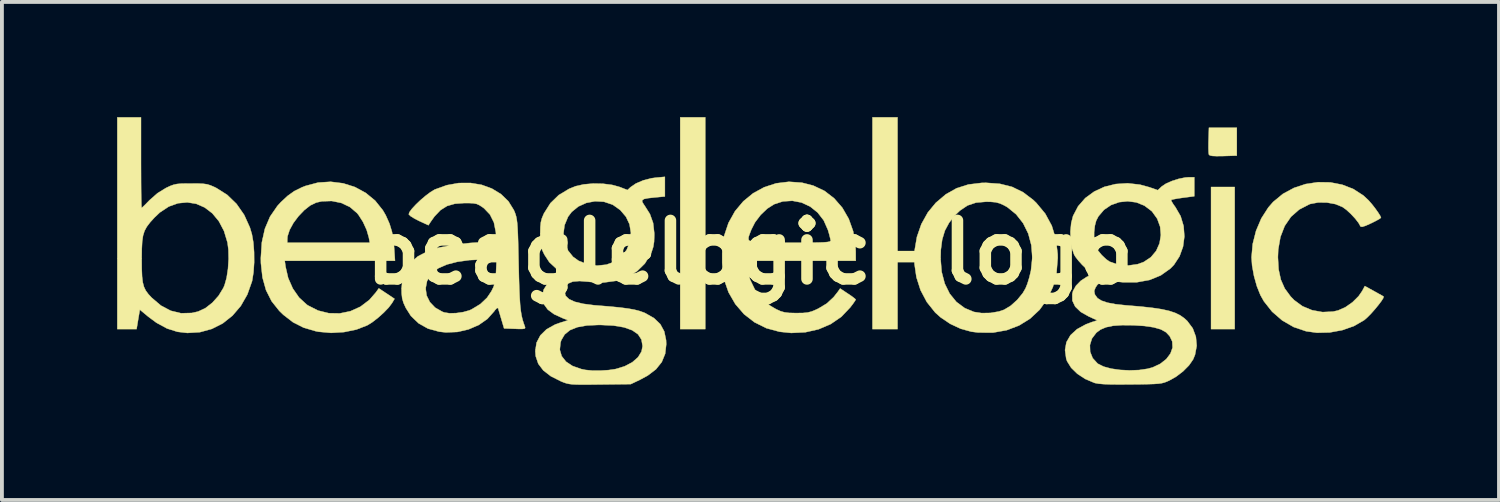
<source format=kicad_pcb>
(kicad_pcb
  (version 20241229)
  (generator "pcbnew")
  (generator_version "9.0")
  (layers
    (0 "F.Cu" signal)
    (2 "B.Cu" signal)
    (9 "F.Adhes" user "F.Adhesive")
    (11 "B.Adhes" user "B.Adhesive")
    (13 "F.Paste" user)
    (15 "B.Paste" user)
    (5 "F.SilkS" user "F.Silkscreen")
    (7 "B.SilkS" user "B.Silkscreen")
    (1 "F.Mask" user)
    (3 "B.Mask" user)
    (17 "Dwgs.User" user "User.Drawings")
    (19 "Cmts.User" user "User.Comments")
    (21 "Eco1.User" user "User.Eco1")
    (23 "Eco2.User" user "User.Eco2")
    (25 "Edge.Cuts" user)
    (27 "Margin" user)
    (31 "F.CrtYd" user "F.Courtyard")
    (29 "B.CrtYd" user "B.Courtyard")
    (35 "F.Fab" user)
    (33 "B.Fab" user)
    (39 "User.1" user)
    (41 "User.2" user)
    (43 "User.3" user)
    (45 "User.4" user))
  (footprint "beaglelogic-logo"
    (layer "F.Cu")
    (at 16.479 3.525)
    (property "Reference" "beaglelogic-logo" (at 0 0 0) (layer "F.SilkS") (effects (font (size 1.524 1.524) (thickness 0.3))))
    (attr through_hole)
    (fp_poly (pts (xy -1.161 1.996) (xy -1.814 1.996) (xy -1.814 -3.52) (xy -1.161 -3.52) (xy -1.161 1.996)) (stroke (width 0.01) (type solid)) (fill yes) (layer "F.SilkS"))
    (fp_poly (pts (xy 3.846 1.996) (xy 3.193 1.996) (xy 3.193 -3.52) (xy 3.846 -3.52) (xy 3.846 1.996)) (stroke (width 0.01) (type solid)) (fill yes) (layer "F.SilkS"))
    (fp_poly (pts (xy 12.627 1.996) (xy 12.011 1.996) (xy 12.011 -1.705) (xy 12.627 -1.705) (xy 12.627 1.996)) (stroke (width 0.01) (type solid)) (fill yes) (layer "F.SilkS"))
    (fp_poly (pts (xy 12.682 -2.522) (xy 12.327 -2.511) (xy 12.154 -2.509) (xy 12.042 -2.514) (xy 11.979 -2.528) (xy 11.954 -2.551) (xy 11.947 -2.608) (xy 11.943 -2.717) (xy 11.944 -2.86) (xy 11.946 -2.924) (xy 11.956 -3.248) (xy 12.682 -3.248) (xy 12.682 -2.522)) (stroke (width 0.01) (type solid)) (fill yes) (layer "F.SilkS"))
    (fp_poly (pts (xy 6.511 -1.788) (xy 6.829 -1.708) (xy 7.116 -1.568) (xy 7.382 -1.366) (xy 7.46 -1.291) (xy 7.693 -1.01) (xy 7.863 -0.696) (xy 7.97 -0.345) (xy 8.016 0.042) (xy 8.018 0.145) (xy 7.986 0.538) (xy 7.893 0.897) (xy 7.744 1.217) (xy 7.545 1.493) (xy 7.299 1.723) (xy 7.012 1.901) (xy 6.689 2.024) (xy 6.335 2.087) (xy 5.954 2.086) (xy 5.769 2.063) (xy 5.495 1.988) (xy 5.218 1.859) (xy 4.965 1.688) (xy 4.826 1.563) (xy 4.608 1.29) (xy 4.445 0.981) (xy 4.338 0.646) (xy 4.287 0.297) (xy 4.288 0.163) (xy 4.967 0.163) (xy 4.995 0.506) (xy 5.075 0.811) (xy 5.204 1.073) (xy 5.379 1.288) (xy 5.596 1.449) (xy 5.834 1.548) (xy 6.037 1.579) (xy 6.266 1.575) (xy 6.488 1.537) (xy 6.621 1.492) (xy 6.794 1.387) (xy 6.963 1.235) (xy 7.108 1.058) (xy 7.18 0.934) (xy 7.228 0.814) (xy 7.277 0.654) (xy 7.317 0.486) (xy 7.321 0.468) (xy 7.356 0.134) (xy 7.331 -0.189) (xy 7.251 -0.49) (xy 7.117 -0.761) (xy 6.935 -0.993) (xy 6.709 -1.177) (xy 6.622 -1.227) (xy 6.51 -1.278) (xy 6.403 -1.307) (xy 6.27 -1.319) (xy 6.15 -1.321) (xy 5.889 -1.298) (xy 5.668 -1.224) (xy 5.47 -1.09) (xy 5.344 -0.968) (xy 5.189 -0.774) (xy 5.079 -0.569) (xy 5.009 -0.338) (xy 4.973 -0.066) (xy 4.967 0.163) (xy 4.288 0.163) (xy 4.291 -0.057) (xy 4.351 -0.406) (xy 4.466 -0.738) (xy 4.636 -1.043) (xy 4.842 -1.293) (xy 5.103 -1.514) (xy 5.383 -1.672) (xy 5.691 -1.77) (xy 6.039 -1.812) (xy 6.15 -1.814) (xy 6.511 -1.788)) (stroke (width 0.01) (type solid)) (fill yes) (layer "F.SilkS"))
    (fp_poly (pts (xy -10.593 -1.801) (xy -10.286 -1.704) (xy -10.005 -1.552) (xy -9.759 -1.35) (xy -9.559 -1.1) (xy -9.482 -0.967) (xy -9.385 -0.749) (xy -9.32 -0.536) (xy -9.28 -0.298) (xy -9.264 -0.118) (xy -9.242 0.218) (xy -12.113 0.218) (xy -12.092 0.372) (xy -12.024 0.666) (xy -11.904 0.938) (xy -11.74 1.174) (xy -11.541 1.357) (xy -11.511 1.378) (xy -11.245 1.513) (xy -10.965 1.582) (xy -10.68 1.587) (xy -10.403 1.53) (xy -10.142 1.412) (xy -9.909 1.235) (xy -9.739 1.039) (xy -9.664 0.934) (xy -9.254 1.207) (xy -9.317 1.314) (xy -9.405 1.432) (xy -9.536 1.568) (xy -9.688 1.704) (xy -9.841 1.822) (xy -9.965 1.898) (xy -10.249 2.008) (xy -10.571 2.074) (xy -10.906 2.094) (xy -11.231 2.065) (xy -11.304 2.051) (xy -11.621 1.958) (xy -11.896 1.819) (xy -12.148 1.625) (xy -12.256 1.52) (xy -12.456 1.269) (xy -12.601 0.981) (xy -12.693 0.652) (xy -12.734 0.277) (xy -12.736 0.145) (xy -12.71 -0.254) (xy -12.047 -0.254) (xy -9.898 -0.254) (xy -9.923 -0.39) (xy -9.98 -0.587) (xy -10.075 -0.795) (xy -10.191 -0.977) (xy -10.229 -1.024) (xy -10.415 -1.183) (xy -10.64 -1.29) (xy -10.89 -1.341) (xy -11.15 -1.332) (xy -11.295 -1.299) (xy -11.448 -1.225) (xy -11.606 -1.101) (xy -11.757 -0.942) (xy -11.889 -0.766) (xy -11.987 -0.586) (xy -12.041 -0.42) (xy -12.047 -0.354) (xy -12.047 -0.254) (xy -12.71 -0.254) (xy -12.71 -0.26) (xy -12.63 -0.618) (xy -12.496 -0.933) (xy -12.305 -1.211) (xy -12.217 -1.307) (xy -12.037 -1.475) (xy -11.863 -1.599) (xy -11.666 -1.696) (xy -11.572 -1.733) (xy -11.246 -1.82) (xy -10.916 -1.841) (xy -10.593 -1.801)) (stroke (width 0.01) (type solid)) (fill yes) (layer "F.SilkS"))
    (fp_poly (pts (xy 15.116 -1.825) (xy 15.426 -1.765) (xy 15.717 -1.652) (xy 15.977 -1.484) (xy 16.115 -1.355) (xy 16.198 -1.26) (xy 16.284 -1.15) (xy 16.361 -1.042) (xy 16.416 -0.955) (xy 16.437 -0.906) (xy 16.407 -0.881) (xy 16.327 -0.835) (xy 16.212 -0.776) (xy 16.178 -0.76) (xy 16.036 -0.696) (xy 15.948 -0.668) (xy 15.907 -0.674) (xy 15.902 -0.681) (xy 15.852 -0.771) (xy 15.762 -0.886) (xy 15.65 -1.006) (xy 15.533 -1.113) (xy 15.436 -1.183) (xy 15.249 -1.26) (xy 15.027 -1.3) (xy 14.8 -1.302) (xy 14.597 -1.264) (xy 14.571 -1.255) (xy 14.307 -1.118) (xy 14.092 -0.929) (xy 13.929 -0.691) (xy 13.818 -0.405) (xy 13.76 -0.074) (xy 13.752 0.124) (xy 13.77 0.441) (xy 13.828 0.708) (xy 13.93 0.938) (xy 14.083 1.146) (xy 14.175 1.241) (xy 14.39 1.399) (xy 14.642 1.504) (xy 14.914 1.553) (xy 15.189 1.54) (xy 15.32 1.51) (xy 15.508 1.427) (xy 15.695 1.296) (xy 15.855 1.137) (xy 15.947 1.003) (xy 16.016 0.875) (xy 16.254 1.006) (xy 16.37 1.071) (xy 16.459 1.12) (xy 16.503 1.146) (xy 16.505 1.147) (xy 16.498 1.184) (xy 16.452 1.259) (xy 16.376 1.36) (xy 16.283 1.474) (xy 16.183 1.587) (xy 16.087 1.685) (xy 16.006 1.757) (xy 15.999 1.762) (xy 15.735 1.915) (xy 15.429 2.023) (xy 15.102 2.083) (xy 14.77 2.091) (xy 14.488 2.052) (xy 14.162 1.942) (xy 13.863 1.769) (xy 13.601 1.542) (xy 13.387 1.271) (xy 13.297 1.111) (xy 13.204 0.879) (xy 13.129 0.611) (xy 13.08 0.34) (xy 13.065 0.127) (xy 13.096 -0.222) (xy 13.183 -0.565) (xy 13.32 -0.887) (xy 13.502 -1.171) (xy 13.628 -1.316) (xy 13.881 -1.525) (xy 14.167 -1.68) (xy 14.475 -1.782) (xy 14.795 -1.83) (xy 15.116 -1.825)) (stroke (width 0.01) (type solid)) (fill yes) (layer "F.SilkS"))
    (fp_poly (pts (xy -15.857 -2.34) (xy -15.856 -2.056) (xy -15.855 -1.797) (xy -15.853 -1.57) (xy -15.85 -1.385) (xy -15.847 -1.251) (xy -15.843 -1.175) (xy -15.841 -1.161) (xy -15.81 -1.186) (xy -15.743 -1.25) (xy -15.654 -1.342) (xy -15.635 -1.361) (xy -15.428 -1.543) (xy -15.208 -1.679) (xy -15.1 -1.73) (xy -15.011 -1.763) (xy -14.92 -1.783) (xy -14.807 -1.793) (xy -14.652 -1.796) (xy -14.551 -1.796) (xy -14.367 -1.795) (xy -14.235 -1.789) (xy -14.135 -1.775) (xy -14.048 -1.748) (xy -13.952 -1.707) (xy -13.897 -1.68) (xy -13.613 -1.501) (xy -13.369 -1.265) (xy -13.17 -0.979) (xy -13.021 -0.65) (xy -12.968 -0.472) (xy -12.931 -0.261) (xy -12.912 -0.008) (xy -12.91 0.259) (xy -12.927 0.514) (xy -12.961 0.729) (xy -12.967 0.755) (xy -13.088 1.096) (xy -13.259 1.394) (xy -13.475 1.646) (xy -13.728 1.847) (xy -14.013 1.991) (xy -14.322 2.076) (xy -14.65 2.096) (xy -14.907 2.066) (xy -15.179 1.98) (xy -15.455 1.83) (xy -15.663 1.676) (xy -15.887 1.49) (xy -15.93 1.743) (xy -15.972 1.996) (xy -16.474 1.996) (xy -16.474 0.181) (xy -15.839 0.181) (xy -15.837 0.435) (xy -15.829 0.63) (xy -15.811 0.779) (xy -15.78 0.895) (xy -15.733 0.993) (xy -15.666 1.084) (xy -15.578 1.179) (xy -15.338 1.383) (xy -15.082 1.518) (xy -14.814 1.583) (xy -14.537 1.576) (xy -14.37 1.539) (xy -14.181 1.451) (xy -13.998 1.308) (xy -13.836 1.127) (xy -13.712 0.924) (xy -13.681 0.852) (xy -13.627 0.66) (xy -13.591 0.424) (xy -13.575 0.171) (xy -13.58 -0.07) (xy -13.603 -0.254) (xy -13.695 -0.559) (xy -13.83 -0.815) (xy -14 -1.02) (xy -14.199 -1.172) (xy -14.419 -1.268) (xy -14.652 -1.305) (xy -14.893 -1.282) (xy -15.133 -1.196) (xy -15.365 -1.043) (xy -15.504 -0.912) (xy -15.62 -0.784) (xy -15.705 -0.672) (xy -15.765 -0.562) (xy -15.804 -0.438) (xy -15.826 -0.287) (xy -15.836 -0.093) (xy -15.839 0.157) (xy -15.839 0.181) (xy -16.474 0.181) (xy -16.474 -3.52) (xy -15.857 -3.52) (xy -15.857 -2.34)) (stroke (width 0.01) (type solid)) (fill yes) (layer "F.SilkS"))
    (fp_poly (pts (xy 1.357 -1.817) (xy 1.65 -1.742) (xy 1.941 -1.605) (xy 2.195 -1.41) (xy 2.408 -1.165) (xy 2.575 -0.876) (xy 2.69 -0.553) (xy 2.75 -0.201) (xy 2.757 -0.027) (xy 2.758 0.218) (xy -0.083 0.218) (xy -0.062 0.419) (xy 0.002 0.697) (xy 0.128 0.96) (xy 0.307 1.195) (xy 0.53 1.387) (xy 0.689 1.48) (xy 0.8 1.53) (xy 0.902 1.559) (xy 1.021 1.574) (xy 1.183 1.578) (xy 1.216 1.578) (xy 1.383 1.576) (xy 1.504 1.564) (xy 1.607 1.538) (xy 1.72 1.491) (xy 1.785 1.46) (xy 2.003 1.329) (xy 2.181 1.164) (xy 2.295 1.019) (xy 2.351 0.938) (xy 2.554 1.073) (xy 2.657 1.143) (xy 2.73 1.199) (xy 2.758 1.226) (xy 2.737 1.263) (xy 2.684 1.339) (xy 2.613 1.432) (xy 2.382 1.675) (xy 2.105 1.865) (xy 1.79 2) (xy 1.445 2.078) (xy 1.078 2.096) (xy 0.774 2.065) (xy 0.43 1.972) (xy 0.12 1.818) (xy -0.152 1.607) (xy -0.378 1.345) (xy -0.555 1.038) (xy -0.67 0.709) (xy -0.704 0.512) (xy -0.721 0.272) (xy -0.721 0.016) (xy -0.704 -0.229) (xy -0.681 -0.364) (xy -0.039 -0.364) (xy -0.028 -0.321) (xy 0.012 -0.29) (xy 0.089 -0.271) (xy 0.209 -0.259) (xy 0.379 -0.255) (xy 0.605 -0.253) (xy 0.894 -0.254) (xy 1.034 -0.254) (xy 1.347 -0.254) (xy 1.595 -0.256) (xy 1.785 -0.259) (xy 1.923 -0.264) (xy 2.017 -0.272) (xy 2.073 -0.282) (xy 2.1 -0.294) (xy 2.105 -0.305) (xy 2.094 -0.364) (xy 2.068 -0.468) (xy 2.032 -0.59) (xy 1.923 -0.836) (xy 1.765 -1.04) (xy 1.57 -1.196) (xy 1.347 -1.3) (xy 1.106 -1.346) (xy 0.859 -1.33) (xy 0.634 -1.257) (xy 0.453 -1.142) (xy 0.28 -0.977) (xy 0.134 -0.784) (xy 0.038 -0.596) (xy 0.001 -0.499) (xy -0.027 -0.423) (xy -0.039 -0.364) (xy -0.681 -0.364) (xy -0.671 -0.429) (xy -0.556 -0.771) (xy -0.387 -1.074) (xy -0.171 -1.332) (xy 0.085 -1.542) (xy 0.373 -1.699) (xy 0.686 -1.801) (xy 1.016 -1.841) (xy 1.357 -1.817)) (stroke (width 0.01) (type solid)) (fill yes) (layer "F.SilkS"))
    (fp_poly (pts (xy -6.984 -1.761) (xy -6.717 -1.663) (xy -6.482 -1.52) (xy -6.289 -1.333) (xy -6.148 -1.106) (xy -6.125 -1.054) (xy -6.103 -0.994) (xy -6.085 -0.931) (xy -6.071 -0.857) (xy -6.059 -0.763) (xy -6.05 -0.64) (xy -6.042 -0.48) (xy -6.035 -0.274) (xy -6.029 -0.013) (xy -6.022 0.308) (xy -6.014 0.657) (xy -6.005 0.942) (xy -5.995 1.173) (xy -5.983 1.359) (xy -5.967 1.511) (xy -5.947 1.636) (xy -5.922 1.745) (xy -5.89 1.846) (xy -5.858 1.934) (xy -5.852 1.966) (xy -5.872 1.985) (xy -5.932 1.992) (xy -6.045 1.991) (xy -6.117 1.988) (xy -6.401 1.978) (xy -6.471 1.742) (xy -6.509 1.614) (xy -6.54 1.51) (xy -6.556 1.454) (xy -6.582 1.444) (xy -6.635 1.499) (xy -6.66 1.534) (xy -6.836 1.731) (xy -7.062 1.889) (xy -7.327 2.003) (xy -7.616 2.07) (xy -7.916 2.082) (xy -8.091 2.063) (xy -8.382 1.983) (xy -8.628 1.845) (xy -8.827 1.654) (xy -8.96 1.445) (xy -9.021 1.311) (xy -9.055 1.194) (xy -9.069 1.063) (xy -9.071 0.945) (xy -9.071 0.936) (xy -8.444 0.936) (xy -8.418 1.122) (xy -8.334 1.292) (xy -8.196 1.437) (xy -8.008 1.544) (xy -7.955 1.563) (xy -7.82 1.584) (xy -7.647 1.579) (xy -7.466 1.553) (xy -7.305 1.508) (xy -7.25 1.484) (xy -7.018 1.343) (xy -6.845 1.179) (xy -6.731 1.01) (xy -6.675 0.895) (xy -6.64 0.784) (xy -6.62 0.65) (xy -6.61 0.499) (xy -6.595 0.181) (xy -6.953 0.183) (xy -7.304 0.199) (xy -7.619 0.243) (xy -7.89 0.313) (xy -8.108 0.408) (xy -8.267 0.523) (xy -8.306 0.566) (xy -8.408 0.747) (xy -8.444 0.936) (xy -9.071 0.936) (xy -9.046 0.684) (xy -8.969 0.457) (xy -8.838 0.265) (xy -8.65 0.104) (xy -8.403 -0.026) (xy -8.096 -0.127) (xy -7.725 -0.2) (xy -7.288 -0.247) (xy -7.185 -0.254) (xy -6.991 -0.266) (xy -6.824 -0.276) (xy -6.697 -0.284) (xy -6.622 -0.288) (xy -6.608 -0.289) (xy -6.604 -0.323) (xy -6.607 -0.41) (xy -6.616 -0.529) (xy -6.666 -0.782) (xy -6.768 -0.987) (xy -6.923 -1.15) (xy -6.961 -1.178) (xy -7.044 -1.232) (xy -7.117 -1.265) (xy -7.204 -1.281) (xy -7.327 -1.287) (xy -7.433 -1.287) (xy -7.682 -1.269) (xy -7.885 -1.211) (xy -8.057 -1.103) (xy -8.214 -0.938) (xy -8.313 -0.798) (xy -8.371 -0.709) (xy -8.622 -0.825) (xy -8.743 -0.888) (xy -8.836 -0.946) (xy -8.881 -0.99) (xy -8.883 -0.995) (xy -8.864 -1.052) (xy -8.799 -1.139) (xy -8.699 -1.247) (xy -8.579 -1.362) (xy -8.45 -1.472) (xy -8.324 -1.567) (xy -8.215 -1.634) (xy -8.201 -1.641) (xy -7.893 -1.752) (xy -7.582 -1.808) (xy -7.276 -1.81) (xy -6.984 -1.761)) (stroke (width 0.01) (type solid)) (fill yes) (layer "F.SilkS"))
    (fp_poly (pts (xy -2.213 -1.458) (xy -2.48 -1.433) (xy -2.65 -1.414) (xy -2.755 -1.393) (xy -2.803 -1.362) (xy -2.803 -1.316) (xy -2.762 -1.249) (xy -2.746 -1.227) (xy -2.603 -1.001) (xy -2.52 -0.769) (xy -2.49 -0.506) (xy -2.489 -0.454) (xy -2.495 -0.278) (xy -2.517 -0.142) (xy -2.559 -0.014) (xy -2.584 0.042) (xy -2.735 0.289) (xy -2.938 0.489) (xy -3.188 0.64) (xy -3.477 0.738) (xy -3.802 0.782) (xy -4.157 0.768) (xy -4.196 0.763) (xy -4.435 0.744) (xy -4.613 0.759) (xy -4.734 0.81) (xy -4.804 0.899) (xy -4.826 1.026) (xy -4.797 1.13) (xy -4.709 1.216) (xy -4.558 1.285) (xy -4.342 1.337) (xy -4.059 1.374) (xy -3.959 1.382) (xy -3.637 1.408) (xy -3.377 1.434) (xy -3.17 1.461) (xy -3.004 1.491) (xy -2.869 1.526) (xy -2.757 1.566) (xy -2.725 1.58) (xy -2.496 1.711) (xy -2.333 1.867) (xy -2.23 2.056) (xy -2.182 2.285) (xy -2.178 2.392) (xy -2.206 2.638) (xy -2.294 2.853) (xy -2.445 3.042) (xy -2.662 3.207) (xy -2.862 3.315) (xy -3.102 3.429) (xy -3.901 3.438) (xy -4.162 3.441) (xy -4.363 3.442) (xy -4.514 3.44) (xy -4.626 3.434) (xy -4.712 3.423) (xy -4.783 3.407) (xy -4.85 3.384) (xy -4.917 3.357) (xy -5.182 3.224) (xy -5.379 3.072) (xy -5.51 2.899) (xy -5.577 2.702) (xy -5.588 2.569) (xy -5.583 2.533) (xy -4.95 2.533) (xy -4.901 2.7) (xy -4.789 2.843) (xy -4.619 2.956) (xy -4.393 3.036) (xy -4.282 3.059) (xy -4.106 3.076) (xy -3.893 3.077) (xy -3.678 3.063) (xy -3.5 3.037) (xy -3.26 2.964) (xy -3.061 2.859) (xy -2.912 2.728) (xy -2.821 2.579) (xy -2.794 2.438) (xy -2.823 2.269) (xy -2.912 2.132) (xy -3.063 2.026) (xy -3.276 1.95) (xy -3.553 1.904) (xy -3.895 1.887) (xy -3.932 1.887) (xy -4.244 1.901) (xy -4.494 1.946) (xy -4.685 2.023) (xy -4.823 2.135) (xy -4.911 2.283) (xy -4.931 2.346) (xy -4.95 2.533) (xy -5.583 2.533) (xy -5.555 2.349) (xy -5.456 2.159) (xy -5.295 2.001) (xy -5.072 1.877) (xy -4.946 1.832) (xy -4.735 1.765) (xy -4.862 1.717) (xy -5.096 1.61) (xy -5.262 1.488) (xy -5.364 1.348) (xy -5.405 1.185) (xy -5.406 1.147) (xy -5.371 0.97) (xy -5.271 0.81) (xy -5.112 0.677) (xy -4.972 0.604) (xy -4.859 0.557) (xy -5.05 0.414) (xy -5.222 0.254) (xy -5.351 0.057) (xy -5.405 -0.056) (xy -5.438 -0.153) (xy -5.454 -0.259) (xy -5.46 -0.399) (xy -5.46 -0.484) (xy -4.856 -0.484) (xy -4.827 -0.263) (xy -4.743 -0.06) (xy -4.607 0.111) (xy -4.462 0.216) (xy -4.228 0.309) (xy -3.981 0.343) (xy -3.738 0.318) (xy -3.556 0.253) (xy -3.356 0.115) (xy -3.21 -0.066) (xy -3.122 -0.279) (xy -3.098 -0.513) (xy -3.134 -0.734) (xy -3.226 -0.929) (xy -3.375 -1.104) (xy -3.564 -1.239) (xy -3.583 -1.248) (xy -3.801 -1.321) (xy -4.032 -1.334) (xy -4.259 -1.291) (xy -4.467 -1.197) (xy -4.641 -1.055) (xy -4.735 -0.93) (xy -4.826 -0.711) (xy -4.856 -0.484) (xy -5.46 -0.484) (xy -5.46 -0.489) (xy -5.456 -0.661) (xy -5.443 -0.787) (xy -5.416 -0.891) (xy -5.371 -0.999) (xy -5.36 -1.021) (xy -5.194 -1.284) (xy -4.977 -1.495) (xy -4.708 -1.657) (xy -4.536 -1.726) (xy -4.327 -1.773) (xy -4.081 -1.795) (xy -3.825 -1.79) (xy -3.585 -1.759) (xy -3.399 -1.708) (xy -3.187 -1.626) (xy -3.108 -1.7) (xy -2.966 -1.797) (xy -2.776 -1.878) (xy -2.561 -1.933) (xy -2.45 -1.948) (xy -2.213 -1.97) (xy -2.213 -1.458)) (stroke (width 0.01) (type solid)) (fill yes) (layer "F.SilkS"))
    (fp_poly (pts (xy 11.575 -1.464) (xy 11.283 -1.426) (xy 11.145 -1.406) (xy 11.037 -1.386) (xy 10.978 -1.371) (xy 10.972 -1.368) (xy 10.982 -1.332) (xy 11.027 -1.257) (xy 11.082 -1.181) (xy 11.218 -0.947) (xy 11.296 -0.688) (xy 11.316 -0.418) (xy 11.281 -0.151) (xy 11.19 0.101) (xy 11.045 0.322) (xy 10.952 0.418) (xy 10.701 0.597) (xy 10.41 0.716) (xy 10.079 0.776) (xy 9.713 0.776) (xy 9.593 0.763) (xy 9.387 0.744) (xy 9.237 0.748) (xy 9.13 0.778) (xy 9.052 0.839) (xy 9.002 0.913) (xy 8.968 1.001) (xy 8.982 1.083) (xy 8.992 1.105) (xy 9.053 1.189) (xy 9.157 1.255) (xy 9.31 1.307) (xy 9.521 1.347) (xy 9.796 1.377) (xy 9.839 1.38) (xy 10.196 1.41) (xy 10.49 1.443) (xy 10.728 1.479) (xy 10.921 1.522) (xy 11.077 1.574) (xy 11.206 1.637) (xy 11.315 1.714) (xy 11.391 1.784) (xy 11.534 1.975) (xy 11.616 2.196) (xy 11.637 2.431) (xy 11.593 2.666) (xy 11.543 2.787) (xy 11.436 2.941) (xy 11.281 3.097) (xy 11.097 3.237) (xy 10.928 3.332) (xy 10.859 3.363) (xy 10.795 3.387) (xy 10.725 3.405) (xy 10.638 3.417) (xy 10.523 3.425) (xy 10.368 3.43) (xy 10.162 3.434) (xy 9.924 3.436) (xy 9.627 3.438) (xy 9.393 3.436) (xy 9.216 3.429) (xy 9.086 3.418) (xy 8.996 3.402) (xy 8.973 3.396) (xy 8.735 3.295) (xy 8.53 3.161) (xy 8.368 3.003) (xy 8.261 2.831) (xy 8.239 2.768) (xy 8.208 2.541) (xy 8.231 2.411) (xy 8.856 2.411) (xy 8.862 2.587) (xy 8.928 2.752) (xy 9.053 2.889) (xy 9.071 2.902) (xy 9.215 2.973) (xy 9.412 3.026) (xy 9.643 3.059) (xy 9.89 3.071) (xy 10.135 3.062) (xy 10.359 3.029) (xy 10.491 2.993) (xy 10.688 2.9) (xy 10.845 2.777) (xy 10.954 2.632) (xy 11.009 2.477) (xy 11.001 2.324) (xy 10.996 2.309) (xy 10.934 2.18) (xy 10.838 2.078) (xy 10.701 2.002) (xy 10.514 1.949) (xy 10.271 1.914) (xy 9.994 1.896) (xy 9.698 1.893) (xy 9.463 1.909) (xy 9.277 1.947) (xy 9.131 2.009) (xy 9.024 2.089) (xy 8.909 2.24) (xy 8.856 2.411) (xy 8.231 2.411) (xy 8.245 2.336) (xy 8.35 2.154) (xy 8.519 1.999) (xy 8.753 1.871) (xy 8.905 1.814) (xy 9.048 1.768) (xy 8.83 1.669) (xy 8.616 1.548) (xy 8.472 1.409) (xy 8.399 1.254) (xy 8.397 1.081) (xy 8.417 1.002) (xy 8.493 0.866) (xy 8.618 0.738) (xy 8.772 0.637) (xy 8.81 0.62) (xy 8.89 0.577) (xy 8.927 0.536) (xy 8.912 0.511) (xy 8.889 0.508) (xy 8.833 0.482) (xy 8.749 0.413) (xy 8.651 0.318) (xy 8.555 0.211) (xy 8.477 0.11) (xy 8.445 0.056) (xy 8.387 -0.109) (xy 8.355 -0.318) (xy 8.353 -0.363) (xy 8.965 -0.363) (xy 8.982 -0.219) (xy 8.996 -0.17) (xy 9.061 -0.057) (xy 9.163 0.067) (xy 9.279 0.177) (xy 9.37 0.24) (xy 9.597 0.319) (xy 9.847 0.341) (xy 10.097 0.306) (xy 10.26 0.247) (xy 10.445 0.123) (xy 10.583 -0.043) (xy 10.67 -0.24) (xy 10.704 -0.453) (xy 10.685 -0.671) (xy 10.609 -0.879) (xy 10.475 -1.066) (xy 10.463 -1.078) (xy 10.275 -1.22) (xy 10.063 -1.305) (xy 9.839 -1.334) (xy 9.616 -1.31) (xy 9.406 -1.235) (xy 9.223 -1.111) (xy 9.078 -0.941) (xy 9.019 -0.827) (xy 8.985 -0.698) (xy 8.966 -0.533) (xy 8.965 -0.363) (xy 8.353 -0.363) (xy 8.348 -0.545) (xy 8.369 -0.765) (xy 8.417 -0.951) (xy 8.549 -1.203) (xy 8.735 -1.416) (xy 8.966 -1.585) (xy 9.233 -1.709) (xy 9.527 -1.782) (xy 9.839 -1.802) (xy 10.16 -1.766) (xy 10.401 -1.7) (xy 10.624 -1.622) (xy 10.727 -1.719) (xy 10.836 -1.792) (xy 10.992 -1.861) (xy 11.168 -1.917) (xy 11.339 -1.952) (xy 11.434 -1.959) (xy 11.575 -1.959) (xy 11.575 -1.464)) (stroke (width 0.01) (type solid)) (fill yes) (layer "F.SilkS")))
  (gr_rect
    (start -3 -3)
    (end 35.989 9.971)
    (stroke (width 0.1) (type default))
    (fill no)
    (layer "Edge.Cuts")))
</source>
